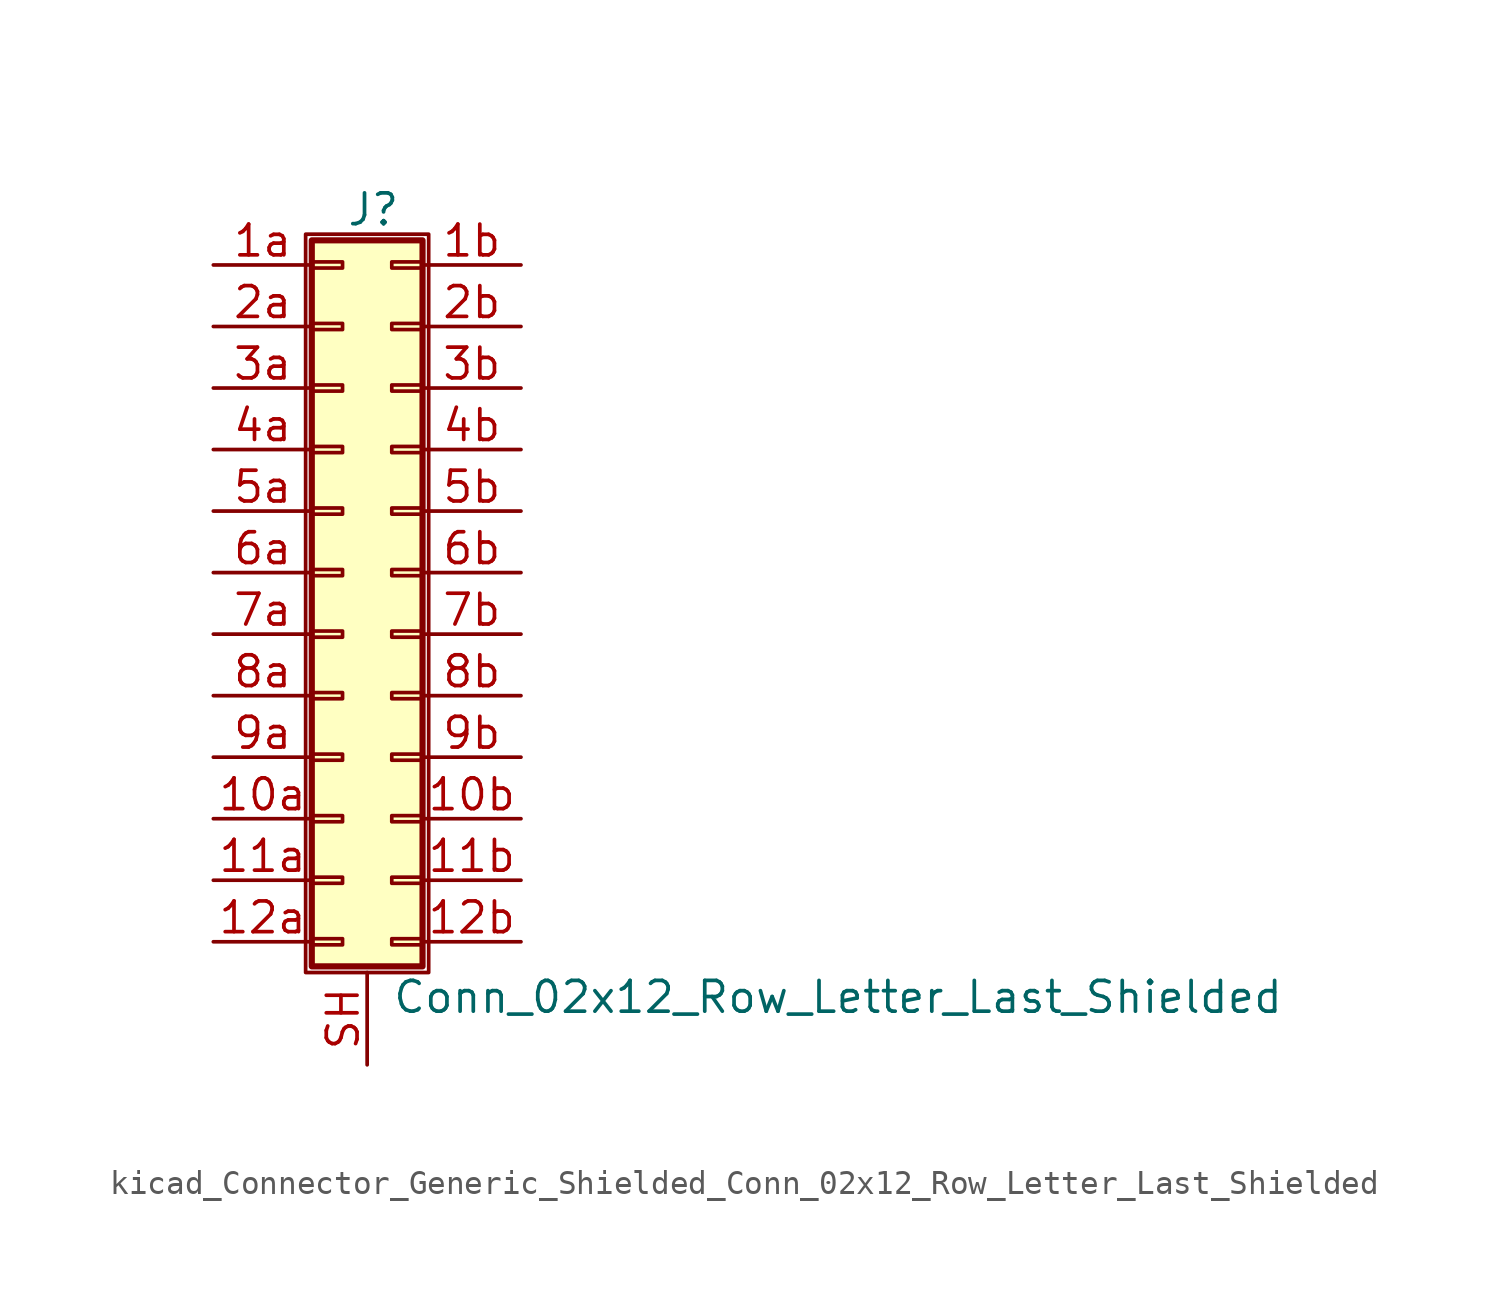
<source format=kicad_sym>
(kicad_symbol_lib
  (version 20220914)
  (generator kicad_symbol_editor)
  (symbol "kicad_Connector_Generic_Shielded_Conn_02x12_Row_Letter_Last_Shielded"
    (pin_names
      (offset 1.016) hide)
    (property "Reference" "J"
      (at 1.524 14.986 0)
      (effects (font (size 1.27 1.27))))
    (property "Value" "Conn_02x12_Row_Letter_Last_Shielded"
      (at 2.286 -17.526 0)
      (effects (font (size 1.27 1.27)) (justify left)))
    (symbol "kicad_Connector_Generic_Shielded_Conn_02x12_Row_Letter_Last_Shielded_1_1"
      (rectangle (start -1.27 13.97) (end 3.81 -16.51) (stroke (width 0.152) (type default)) (fill (type none)))
      (rectangle (start -1.016 -15.113) (end 0.254 -15.367) (stroke (width 0.152) (type default)) (fill (type none)))
      (rectangle (start -1.016 -12.573) (end 0.254 -12.827) (stroke (width 0.152) (type default)) (fill (type none)))
      (rectangle (start -1.016 -10.033) (end 0.254 -10.287) (stroke (width 0.152) (type default)) (fill (type none)))
      (rectangle (start -1.016 -7.493) (end 0.254 -7.747) (stroke (width 0.152) (type default)) (fill (type none)))
      (rectangle (start -1.016 -4.953) (end 0.254 -5.207) (stroke (width 0.152) (type default)) (fill (type none)))
      (rectangle (start -1.016 -2.413) (end 0.254 -2.667) (stroke (width 0.152) (type default)) (fill (type none)))
      (rectangle (start -1.016 0.127) (end 0.254 -0.127) (stroke (width 0.152) (type default)) (fill (type none)))
      (rectangle (start -1.016 2.667) (end 0.254 2.413) (stroke (width 0.152) (type default)) (fill (type none)))
      (rectangle (start -1.016 5.207) (end 0.254 4.953) (stroke (width 0.152) (type default)) (fill (type none)))
      (rectangle (start -1.016 7.747) (end 0.254 7.493) (stroke (width 0.152) (type default)) (fill (type none)))
      (rectangle (start -1.016 10.287) (end 0.254 10.033) (stroke (width 0.152) (type default)) (fill (type none)))
      (rectangle (start -1.016 12.827) (end 0.254 12.573) (stroke (width 0.152) (type default)) (fill (type none)))
      (rectangle (start -1.016 13.716) (end 3.556 -16.256) (stroke (width 0.254) (type default)) (fill (type background)))
      (rectangle (start 3.556 -15.113) (end 2.286 -15.367) (stroke (width 0.152) (type default)) (fill (type none)))
      (rectangle (start 3.556 -12.573) (end 2.286 -12.827) (stroke (width 0.152) (type default)) (fill (type none)))
      (rectangle (start 3.556 -10.033) (end 2.286 -10.287) (stroke (width 0.152) (type default)) (fill (type none)))
      (rectangle (start 3.556 -7.493) (end 2.286 -7.747) (stroke (width 0.152) (type default)) (fill (type none)))
      (rectangle (start 3.556 -4.953) (end 2.286 -5.207) (stroke (width 0.152) (type default)) (fill (type none)))
      (rectangle (start 3.556 -2.413) (end 2.286 -2.667) (stroke (width 0.152) (type default)) (fill (type none)))
      (rectangle (start 3.556 0.127) (end 2.286 -0.127) (stroke (width 0.152) (type default)) (fill (type none)))
      (rectangle (start 3.556 2.667) (end 2.286 2.413) (stroke (width 0.152) (type default)) (fill (type none)))
      (rectangle (start 3.556 5.207) (end 2.286 4.953) (stroke (width 0.152) (type default)) (fill (type none)))
      (rectangle (start 3.556 7.747) (end 2.286 7.493) (stroke (width 0.152) (type default)) (fill (type none)))
      (rectangle (start 3.556 10.287) (end 2.286 10.033) (stroke (width 0.152) (type default)) (fill (type none)))
      (rectangle (start 3.556 12.827) (end 2.286 12.573) (stroke (width 0.152) (type default)) (fill (type none)))
      (pin passive line (at -5.08 -10.16 0) (length 4.064) (name "Pin_10a" (effects (font (size 1.27 1.27)))) (number "10a" (effects (font (size 1.27 1.27)))))
      (pin passive line (at 7.62 -10.16 180) (length 4.064) (name "Pin_10b" (effects (font (size 1.27 1.27)))) (number "10b" (effects (font (size 1.27 1.27)))))
      (pin passive line (at -5.08 -12.7 0) (length 4.064) (name "Pin_11a" (effects (font (size 1.27 1.27)))) (number "11a" (effects (font (size 1.27 1.27)))))
      (pin passive line (at 7.62 -12.7 180) (length 4.064) (name "Pin_11b" (effects (font (size 1.27 1.27)))) (number "11b" (effects (font (size 1.27 1.27)))))
      (pin passive line (at -5.08 -15.24 0) (length 4.064) (name "Pin_12a" (effects (font (size 1.27 1.27)))) (number "12a" (effects (font (size 1.27 1.27)))))
      (pin passive line (at 7.62 -15.24 180) (length 4.064) (name "Pin_12b" (effects (font (size 1.27 1.27)))) (number "12b" (effects (font (size 1.27 1.27)))))
      (pin passive line (at -5.08 12.7 0) (length 4.064) (name "Pin_1a" (effects (font (size 1.27 1.27)))) (number "1a" (effects (font (size 1.27 1.27)))))
      (pin passive line (at 7.62 12.7 180) (length 4.064) (name "Pin_1b" (effects (font (size 1.27 1.27)))) (number "1b" (effects (font (size 1.27 1.27)))))
      (pin passive line (at -5.08 10.16 0) (length 4.064) (name "Pin_2a" (effects (font (size 1.27 1.27)))) (number "2a" (effects (font (size 1.27 1.27)))))
      (pin passive line (at 7.62 10.16 180) (length 4.064) (name "Pin_2b" (effects (font (size 1.27 1.27)))) (number "2b" (effects (font (size 1.27 1.27)))))
      (pin passive line (at -5.08 7.62 0) (length 4.064) (name "Pin_3a" (effects (font (size 1.27 1.27)))) (number "3a" (effects (font (size 1.27 1.27)))))
      (pin passive line (at 7.62 7.62 180) (length 4.064) (name "Pin_3b" (effects (font (size 1.27 1.27)))) (number "3b" (effects (font (size 1.27 1.27)))))
      (pin passive line (at -5.08 5.08 0) (length 4.064) (name "Pin_4a" (effects (font (size 1.27 1.27)))) (number "4a" (effects (font (size 1.27 1.27)))))
      (pin passive line (at 7.62 5.08 180) (length 4.064) (name "Pin_4b" (effects (font (size 1.27 1.27)))) (number "4b" (effects (font (size 1.27 1.27)))))
      (pin passive line (at -5.08 2.54 0) (length 4.064) (name "Pin_5a" (effects (font (size 1.27 1.27)))) (number "5a" (effects (font (size 1.27 1.27)))))
      (pin passive line (at 7.62 2.54 180) (length 4.064) (name "Pin_5b" (effects (font (size 1.27 1.27)))) (number "5b" (effects (font (size 1.27 1.27)))))
      (pin passive line (at -5.08 0 0) (length 4.064) (name "Pin_6a" (effects (font (size 1.27 1.27)))) (number "6a" (effects (font (size 1.27 1.27)))))
      (pin passive line (at 7.62 0 180) (length 4.064) (name "Pin_6b" (effects (font (size 1.27 1.27)))) (number "6b" (effects (font (size 1.27 1.27)))))
      (pin passive line (at -5.08 -2.54 0) (length 4.064) (name "Pin_7a" (effects (font (size 1.27 1.27)))) (number "7a" (effects (font (size 1.27 1.27)))))
      (pin passive line (at 7.62 -2.54 180) (length 4.064) (name "Pin_7b" (effects (font (size 1.27 1.27)))) (number "7b" (effects (font (size 1.27 1.27)))))
      (pin passive line (at -5.08 -5.08 0) (length 4.064) (name "Pin_8a" (effects (font (size 1.27 1.27)))) (number "8a" (effects (font (size 1.27 1.27)))))
      (pin passive line (at 7.62 -5.08 180) (length 4.064) (name "Pin_8b" (effects (font (size 1.27 1.27)))) (number "8b" (effects (font (size 1.27 1.27)))))
      (pin passive line (at -5.08 -7.62 0) (length 4.064) (name "Pin_9a" (effects (font (size 1.27 1.27)))) (number "9a" (effects (font (size 1.27 1.27)))))
      (pin passive line (at 7.62 -7.62 180) (length 4.064) (name "Pin_9b" (effects (font (size 1.27 1.27)))) (number "9b" (effects (font (size 1.27 1.27)))))
      (pin passive line (at 1.27 -20.32 90) (length 3.81) (name "Shield" (effects (font (size 1.27 1.27)))) (number "SH" (effects (font (size 1.27 1.27))))))))
</source>
